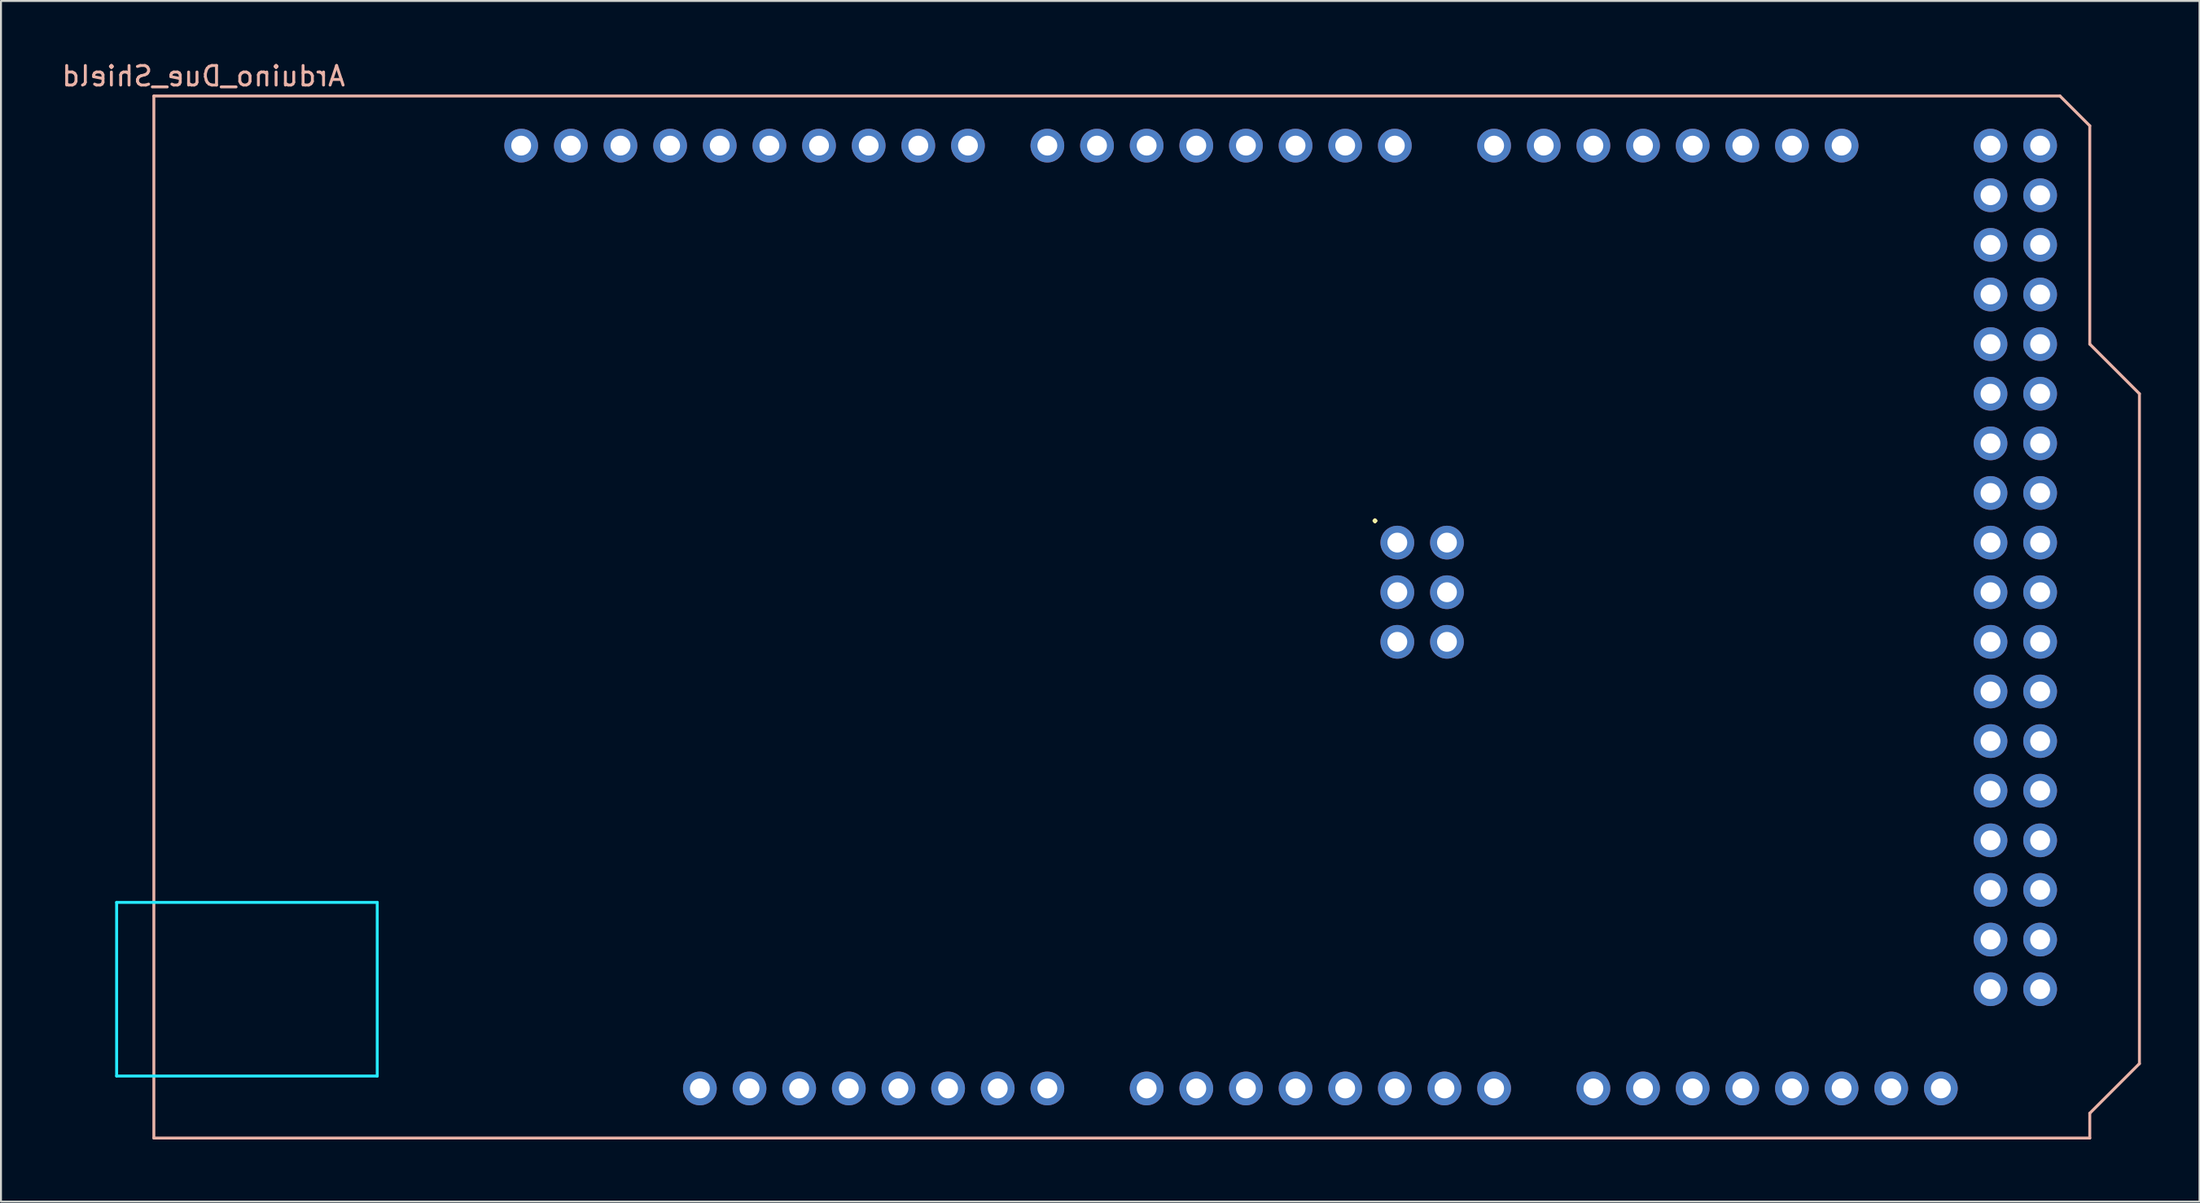
<source format=kicad_pcb>
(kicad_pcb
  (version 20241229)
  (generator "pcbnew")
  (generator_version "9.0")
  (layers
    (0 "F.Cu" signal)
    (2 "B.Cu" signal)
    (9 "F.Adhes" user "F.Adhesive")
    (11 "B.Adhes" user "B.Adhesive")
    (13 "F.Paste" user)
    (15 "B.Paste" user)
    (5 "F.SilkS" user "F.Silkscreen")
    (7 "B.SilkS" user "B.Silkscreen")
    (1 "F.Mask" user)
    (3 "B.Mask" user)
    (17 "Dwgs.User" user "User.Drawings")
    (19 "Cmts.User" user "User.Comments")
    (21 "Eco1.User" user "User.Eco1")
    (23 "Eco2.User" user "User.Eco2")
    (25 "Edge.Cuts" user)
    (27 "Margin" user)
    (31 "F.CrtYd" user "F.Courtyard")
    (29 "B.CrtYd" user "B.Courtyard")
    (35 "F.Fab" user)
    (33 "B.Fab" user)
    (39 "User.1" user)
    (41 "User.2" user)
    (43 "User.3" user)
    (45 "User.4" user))
  (footprint "Arduino_Due_Shield"
    (layer "F.Cu")
    (at 4.823 55.204)
    (property "Reference" "Arduino_Due_Shield" (at 2.54 -54.356 0) (layer "B.SilkS") (effects (font (size 1 1) (thickness 0.15)) (justify mirror)))
    (attr through_hole)
    (fp_line (start 0 -53.34) (end 0 0) (stroke (width 0.15) (type solid)) (layer "B.SilkS"))
    (fp_line (start 0 -53.34) (end 97.536 -53.34) (stroke (width 0.15) (type solid)) (layer "B.SilkS"))
    (fp_line (start 0 0) (end 99.06 0) (stroke (width 0.15) (type solid)) (layer "B.SilkS"))
    (fp_line (start 97.536 -53.34) (end 99.06 -51.816) (stroke (width 0.15) (type solid)) (layer "B.SilkS"))
    (fp_line (start 99.06 -40.64) (end 99.06 -51.816) (stroke (width 0.15) (type solid)) (layer "B.SilkS"))
    (fp_line (start 99.06 -1.27) (end 101.6 -3.81) (stroke (width 0.15) (type solid)) (layer "B.SilkS"))
    (fp_line (start 99.06 0) (end 99.06 -1.27) (stroke (width 0.15) (type solid)) (layer "B.SilkS"))
    (fp_line (start 101.6 -38.1) (end 99.06 -40.64) (stroke (width 0.15) (type solid)) (layer "B.SilkS"))
    (fp_line (start 101.6 -3.81) (end 101.6 -38.1) (stroke (width 0.15) (type solid)) (layer "B.SilkS"))
    (fp_line (start -1.905 -12.065) (end -1.905 -3.175) (stroke (width 0.15) (type solid)) (layer "B.CrtYd"))
    (fp_line (start -1.905 -12.065) (end 11.43 -12.065) (stroke (width 0.15) (type solid)) (layer "B.CrtYd"))
    (fp_line (start -1.905 -3.175) (end 11.43 -3.175) (stroke (width 0.15) (type solid)) (layer "B.CrtYd"))
    (fp_line (start 11.43 -12.065) (end 11.43 -3.175) (stroke (width 0.15) (type solid)) (layer "B.CrtYd"))
    (fp_text user "." (at 62.484 -32.004 0) (layer "F.SilkS") (effects (font (size 1 1) (thickness 0.15))))
    (pad "" thru_hole oval (at 27.94 -2.54) (size 1.727 1.727) (drill 1.016) (layers "*.Cu" "*.Mask"))
    (pad "3V3" thru_hole oval (at 35.56 -2.54) (size 1.727 1.727) (drill 1.016) (layers "*.Cu" "*.Mask"))
    (pad "5V1" thru_hole oval (at 38.1 -2.54) (size 1.727 1.727) (drill 1.016) (layers "*.Cu" "*.Mask"))
    (pad "5V2" thru_hole oval (at 66.167 -30.48) (size 1.727 1.727) (drill 1.016) (layers "*.Cu" "*.Mask"))
    (pad "5V3" thru_hole oval (at 93.98 -50.8) (size 1.727 1.727) (drill 1.016) (layers "*.Cu" "*.Mask"))
    (pad "5V4" thru_hole oval (at 96.52 -50.8) (size 1.727 1.727) (drill 1.016) (layers "*.Cu" "*.Mask"))
    (pad "A0" thru_hole oval (at 50.8 -2.54) (size 1.727 1.727) (drill 1.016) (layers "*.Cu" "*.Mask"))
    (pad "A1" thru_hole oval (at 53.34 -2.54) (size 1.727 1.727) (drill 1.016) (layers "*.Cu" "*.Mask"))
    (pad "A2" thru_hole oval (at 55.88 -2.54) (size 1.727 1.727) (drill 1.016) (layers "*.Cu" "*.Mask"))
    (pad "A3" thru_hole oval (at 58.42 -2.54) (size 1.727 1.727) (drill 1.016) (layers "*.Cu" "*.Mask"))
    (pad "A4" thru_hole oval (at 60.96 -2.54) (size 1.727 1.727) (drill 1.016) (layers "*.Cu" "*.Mask"))
    (pad "A5" thru_hole oval (at 63.5 -2.54) (size 1.727 1.727) (drill 1.016) (layers "*.Cu" "*.Mask"))
    (pad "A6" thru_hole oval (at 66.04 -2.54) (size 1.727 1.727) (drill 1.016) (layers "*.Cu" "*.Mask"))
    (pad "A7" thru_hole oval (at 68.58 -2.54) (size 1.727 1.727) (drill 1.016) (layers "*.Cu" "*.Mask"))
    (pad "A8" thru_hole oval (at 73.66 -2.54) (size 1.727 1.727) (drill 1.016) (layers "*.Cu" "*.Mask"))
    (pad "A9" thru_hole oval (at 76.2 -2.54) (size 1.727 1.727) (drill 1.016) (layers "*.Cu" "*.Mask"))
    (pad "A10" thru_hole oval (at 78.74 -2.54) (size 1.727 1.727) (drill 1.016) (layers "*.Cu" "*.Mask"))
    (pad "A11" thru_hole oval (at 81.28 -2.54) (size 1.727 1.727) (drill 1.016) (layers "*.Cu" "*.Mask"))
    (pad "A12" thru_hole oval (at 83.82 -2.54) (size 1.727 1.727) (drill 1.016) (layers "*.Cu" "*.Mask"))
    (pad "A13" thru_hole oval (at 86.36 -2.54) (size 1.727 1.727) (drill 1.016) (layers "*.Cu" "*.Mask"))
    (pad "A14" thru_hole oval (at 88.9 -2.54) (size 1.727 1.727) (drill 1.016) (layers "*.Cu" "*.Mask"))
    (pad "A15" thru_hole oval (at 91.44 -2.54) (size 1.727 1.727) (drill 1.016) (layers "*.Cu" "*.Mask"))
    (pad "AREF" thru_hole oval (at 23.876 -50.8) (size 1.727 1.727) (drill 1.016) (layers "*.Cu" "*.Mask"))
    (pad "D0" thru_hole oval (at 63.5 -50.8) (size 1.727 1.727) (drill 1.016) (layers "*.Cu" "*.Mask"))
    (pad "D1" thru_hole oval (at 60.96 -50.8) (size 1.727 1.727) (drill 1.016) (layers "*.Cu" "*.Mask"))
    (pad "D2" thru_hole oval (at 58.42 -50.8) (size 1.727 1.727) (drill 1.016) (layers "*.Cu" "*.Mask"))
    (pad "D3" thru_hole oval (at 55.88 -50.8) (size 1.727 1.727) (drill 1.016) (layers "*.Cu" "*.Mask"))
    (pad "D4" thru_hole oval (at 53.34 -50.8) (size 1.727 1.727) (drill 1.016) (layers "*.Cu" "*.Mask"))
    (pad "D5" thru_hole oval (at 50.8 -50.8) (size 1.727 1.727) (drill 1.016) (layers "*.Cu" "*.Mask"))
    (pad "D6" thru_hole oval (at 48.26 -50.8) (size 1.727 1.727) (drill 1.016) (layers "*.Cu" "*.Mask"))
    (pad "D7" thru_hole oval (at 45.72 -50.8) (size 1.727 1.727) (drill 1.016) (layers "*.Cu" "*.Mask"))
    (pad "D8" thru_hole oval (at 41.656 -50.8) (size 1.727 1.727) (drill 1.016) (layers "*.Cu" "*.Mask"))
    (pad "D9" thru_hole oval (at 39.116 -50.8) (size 1.727 1.727) (drill 1.016) (layers "*.Cu" "*.Mask"))
    (pad "D10" thru_hole oval (at 36.576 -50.8) (size 1.727 1.727) (drill 1.016) (layers "*.Cu" "*.Mask"))
    (pad "D11" thru_hole oval (at 34.036 -50.8) (size 1.727 1.727) (drill 1.016) (layers "*.Cu" "*.Mask"))
    (pad "D12" thru_hole oval (at 31.496 -50.8) (size 1.727 1.727) (drill 1.016) (layers "*.Cu" "*.Mask"))
    (pad "D13" thru_hole oval (at 28.956 -50.8) (size 1.727 1.727) (drill 1.016) (layers "*.Cu" "*.Mask"))
    (pad "D14" thru_hole oval (at 68.58 -50.8) (size 1.727 1.727) (drill 1.016) (layers "*.Cu" "*.Mask"))
    (pad "D15" thru_hole oval (at 71.12 -50.8) (size 1.727 1.727) (drill 1.016) (layers "*.Cu" "*.Mask"))
    (pad "D16" thru_hole oval (at 73.66 -50.8) (size 1.727 1.727) (drill 1.016) (layers "*.Cu" "*.Mask"))
    (pad "D17" thru_hole oval (at 76.2 -50.8) (size 1.727 1.727) (drill 1.016) (layers "*.Cu" "*.Mask"))
    (pad "D18" thru_hole oval (at 78.74 -50.8) (size 1.727 1.727) (drill 1.016) (layers "*.Cu" "*.Mask"))
    (pad "D19" thru_hole oval (at 81.28 -50.8) (size 1.727 1.727) (drill 1.016) (layers "*.Cu" "*.Mask"))
    (pad "D20" thru_hole oval (at 83.82 -50.8) (size 1.727 1.727) (drill 1.016) (layers "*.Cu" "*.Mask"))
    (pad "D21" thru_hole oval (at 86.36 -50.8) (size 1.727 1.727) (drill 1.016) (layers "*.Cu" "*.Mask"))
    (pad "D22" thru_hole oval (at 93.98 -48.26) (size 1.727 1.727) (drill 1.016) (layers "*.Cu" "*.Mask"))
    (pad "D23" thru_hole oval (at 96.52 -48.26) (size 1.727 1.727) (drill 1.016) (layers "*.Cu" "*.Mask"))
    (pad "D24" thru_hole oval (at 93.98 -45.72) (size 1.727 1.727) (drill 1.016) (layers "*.Cu" "*.Mask"))
    (pad "D25" thru_hole oval (at 96.52 -45.72) (size 1.727 1.727) (drill 1.016) (layers "*.Cu" "*.Mask"))
    (pad "D26" thru_hole oval (at 93.98 -43.18) (size 1.727 1.727) (drill 1.016) (layers "*.Cu" "*.Mask"))
    (pad "D27" thru_hole oval (at 96.52 -43.18) (size 1.727 1.727) (drill 1.016) (layers "*.Cu" "*.Mask"))
    (pad "D28" thru_hole oval (at 93.98 -40.64) (size 1.727 1.727) (drill 1.016) (layers "*.Cu" "*.Mask"))
    (pad "D29" thru_hole oval (at 96.52 -40.64) (size 1.727 1.727) (drill 1.016) (layers "*.Cu" "*.Mask"))
    (pad "D30" thru_hole oval (at 93.98 -38.1) (size 1.727 1.727) (drill 1.016) (layers "*.Cu" "*.Mask"))
    (pad "D31" thru_hole oval (at 96.52 -38.1) (size 1.727 1.727) (drill 1.016) (layers "*.Cu" "*.Mask"))
    (pad "D32" thru_hole oval (at 93.98 -35.56) (size 1.727 1.727) (drill 1.016) (layers "*.Cu" "*.Mask"))
    (pad "D33" thru_hole oval (at 96.52 -35.56) (size 1.727 1.727) (drill 1.016) (layers "*.Cu" "*.Mask"))
    (pad "D34" thru_hole oval (at 93.98 -33.02) (size 1.727 1.727) (drill 1.016) (layers "*.Cu" "*.Mask"))
    (pad "D35" thru_hole oval (at 96.52 -33.02) (size 1.727 1.727) (drill 1.016) (layers "*.Cu" "*.Mask"))
    (pad "D36" thru_hole oval (at 93.98 -30.48) (size 1.727 1.727) (drill 1.016) (layers "*.Cu" "*.Mask"))
    (pad "D37" thru_hole oval (at 96.52 -30.48) (size 1.727 1.727) (drill 1.016) (layers "*.Cu" "*.Mask"))
    (pad "D38" thru_hole oval (at 93.98 -27.94) (size 1.727 1.727) (drill 1.016) (layers "*.Cu" "*.Mask"))
    (pad "D39" thru_hole oval (at 96.52 -27.94) (size 1.727 1.727) (drill 1.016) (layers "*.Cu" "*.Mask"))
    (pad "D40" thru_hole oval (at 93.98 -25.4) (size 1.727 1.727) (drill 1.016) (layers "*.Cu" "*.Mask"))
    (pad "D41" thru_hole oval (at 96.52 -25.4) (size 1.727 1.727) (drill 1.016) (layers "*.Cu" "*.Mask"))
    (pad "D42" thru_hole oval (at 93.98 -22.86) (size 1.727 1.727) (drill 1.016) (layers "*.Cu" "*.Mask"))
    (pad "D43" thru_hole oval (at 96.52 -22.86) (size 1.727 1.727) (drill 1.016) (layers "*.Cu" "*.Mask"))
    (pad "D44" thru_hole oval (at 93.98 -20.32) (size 1.727 1.727) (drill 1.016) (layers "*.Cu" "*.Mask"))
    (pad "D45" thru_hole oval (at 96.52 -20.32) (size 1.727 1.727) (drill 1.016) (layers "*.Cu" "*.Mask"))
    (pad "D46" thru_hole oval (at 93.98 -17.78) (size 1.727 1.727) (drill 1.016) (layers "*.Cu" "*.Mask"))
    (pad "D47" thru_hole oval (at 96.52 -17.78) (size 1.727 1.727) (drill 1.016) (layers "*.Cu" "*.Mask"))
    (pad "D48" thru_hole oval (at 93.98 -15.24) (size 1.727 1.727) (drill 1.016) (layers "*.Cu" "*.Mask"))
    (pad "D49" thru_hole oval (at 96.52 -15.24) (size 1.727 1.727) (drill 1.016) (layers "*.Cu" "*.Mask"))
    (pad "D50" thru_hole oval (at 93.98 -12.7) (size 1.727 1.727) (drill 1.016) (layers "*.Cu" "*.Mask"))
    (pad "D51" thru_hole oval (at 96.52 -12.7) (size 1.727 1.727) (drill 1.016) (layers "*.Cu" "*.Mask"))
    (pad "D52" thru_hole oval (at 93.98 -10.16) (size 1.727 1.727) (drill 1.016) (layers "*.Cu" "*.Mask"))
    (pad "D53" thru_hole oval (at 96.52 -10.16) (size 1.727 1.727) (drill 1.016) (layers "*.Cu" "*.Mask"))
    (pad "GND1" thru_hole oval (at 26.416 -50.8) (size 1.727 1.727) (drill 1.016) (layers "*.Cu" "*.Mask"))
    (pad "GND2" thru_hole oval (at 40.64 -2.54) (size 1.727 1.727) (drill 1.016) (layers "*.Cu" "*.Mask"))
    (pad "GND3" thru_hole oval (at 43.18 -2.54) (size 1.727 1.727) (drill 1.016) (layers "*.Cu" "*.Mask"))
    (pad "GND4" thru_hole oval (at 66.167 -25.4) (size 1.727 1.727) (drill 1.016) (layers "*.Cu" "*.Mask"))
    (pad "GND5" thru_hole oval (at 93.98 -7.62) (size 1.727 1.727) (drill 1.016) (layers "*.Cu" "*.Mask"))
    (pad "GND6" thru_hole oval (at 96.52 -7.62) (size 1.727 1.727) (drill 1.016) (layers "*.Cu" "*.Mask"))
    (pad "IORF" thru_hole oval (at 30.48 -2.54) (size 1.727 1.727) (drill 1.016) (layers "*.Cu" "*.Mask"))
    (pad "MISO" thru_hole oval (at 63.627 -30.48) (size 1.727 1.727) (drill 1.016) (layers "*.Cu" "*.Mask"))
    (pad "MOSI" thru_hole oval (at 66.167 -27.94) (size 1.727 1.727) (drill 1.016) (layers "*.Cu" "*.Mask"))
    (pad "RST1" thru_hole oval (at 33.02 -2.54) (size 1.727 1.727) (drill 1.016) (layers "*.Cu" "*.Mask"))
    (pad "RST2" thru_hole oval (at 63.627 -25.4) (size 1.727 1.727) (drill 1.016) (layers "*.Cu" "*.Mask"))
    (pad "SCK" thru_hole oval (at 63.627 -27.94) (size 1.727 1.727) (drill 1.016) (layers "*.Cu" "*.Mask"))
    (pad "SCL1" thru_hole oval (at 18.796 -50.8) (size 1.727 1.727) (drill 1.016) (layers "*.Cu" "*.Mask"))
    (pad "SDA1" thru_hole oval (at 21.336 -50.8) (size 1.727 1.727) (drill 1.016) (layers "*.Cu" "*.Mask"))
    (pad "VIN" thru_hole oval (at 45.72 -2.54) (size 1.727 1.727) (drill 1.016) (layers "*.Cu" "*.Mask")))
  (gr_rect
    (start -3 -3)
    (end 109.498 58.454)
    (stroke (width 0.1) (type default))
    (fill no)
    (layer "Edge.Cuts")))
</source>
